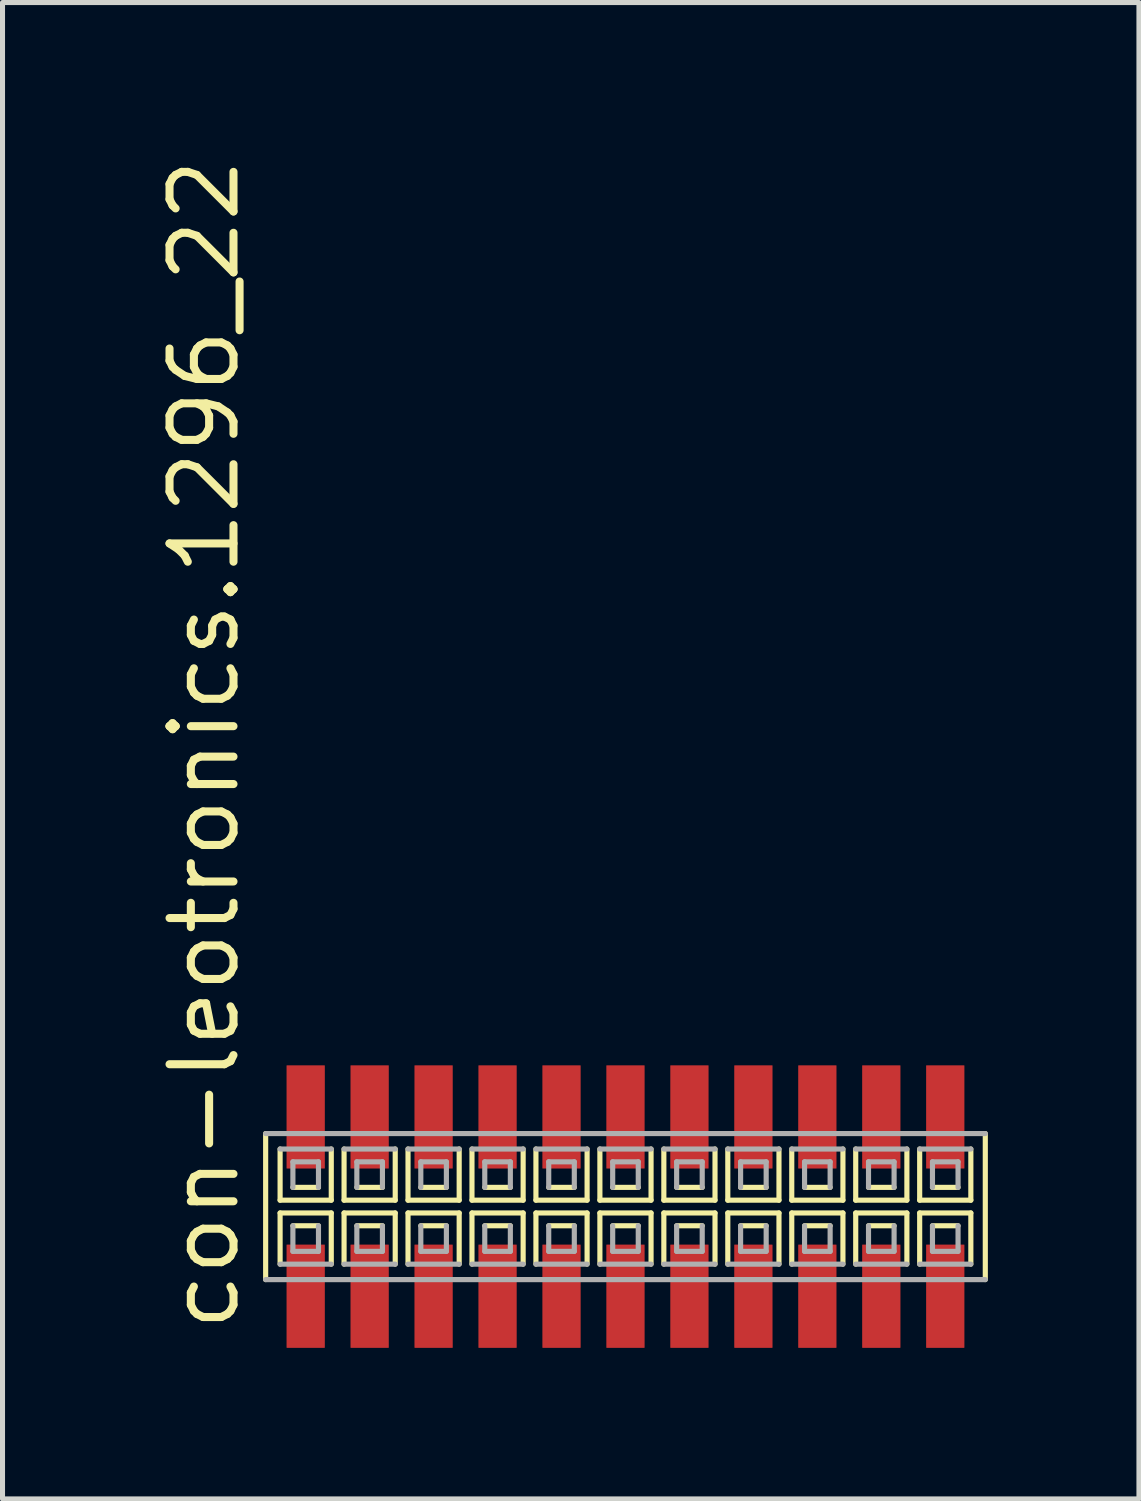
<source format=kicad_pcb>
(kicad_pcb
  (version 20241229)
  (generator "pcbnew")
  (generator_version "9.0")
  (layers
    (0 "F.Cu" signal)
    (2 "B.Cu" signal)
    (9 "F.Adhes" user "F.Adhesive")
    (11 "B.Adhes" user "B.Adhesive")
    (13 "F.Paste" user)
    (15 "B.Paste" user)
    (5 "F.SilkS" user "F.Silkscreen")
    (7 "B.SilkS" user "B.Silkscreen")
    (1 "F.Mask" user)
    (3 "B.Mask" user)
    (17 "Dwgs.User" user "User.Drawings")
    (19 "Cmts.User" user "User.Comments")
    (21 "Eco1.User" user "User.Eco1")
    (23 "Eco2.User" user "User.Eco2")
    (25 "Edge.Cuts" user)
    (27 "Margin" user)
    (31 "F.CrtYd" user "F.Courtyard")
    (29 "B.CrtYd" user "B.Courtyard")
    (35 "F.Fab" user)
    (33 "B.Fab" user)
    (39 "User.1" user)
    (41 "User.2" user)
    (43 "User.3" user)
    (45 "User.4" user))
  (footprint "con-leotronics.1296_22"
    (layer "F.Cu")
    (at 9.37 20.909)
    (property "Reference" "con-leotronics.1296_22" (at -7.62 2.54 90) (layer "F.SilkS") (effects (font (size 1.27 1.27) (thickness 0.16)) (justify left bottom)))
    (attr smd)
    (fp_line (start -7.145 -1.45) (end -7.145 1.45) (stroke (width 0.102) (type default)) (layer "F.SilkS"))
    (fp_line (start -6.858 -1.143) (end -6.858 -0.127) (stroke (width 0.102) (type default)) (layer "F.SilkS"))
    (fp_line (start -6.858 -0.127) (end -5.842 -0.127) (stroke (width 0.102) (type default)) (layer "F.SilkS"))
    (fp_line (start -6.858 0.127) (end -6.858 1.143) (stroke (width 0.102) (type default)) (layer "F.SilkS"))
    (fp_line (start -6.604 -0.381) (end -6.096 -0.381) (stroke (width 0.102) (type default)) (layer "F.SilkS"))
    (fp_line (start -6.096 0.381) (end -6.604 0.381) (stroke (width 0.102) (type default)) (layer "F.SilkS"))
    (fp_line (start -5.842 -0.127) (end -5.842 -1.143) (stroke (width 0.102) (type default)) (layer "F.SilkS"))
    (fp_line (start -5.842 0.127) (end -6.858 0.127) (stroke (width 0.102) (type default)) (layer "F.SilkS"))
    (fp_line (start -5.842 1.143) (end -5.842 0.127) (stroke (width 0.102) (type default)) (layer "F.SilkS"))
    (fp_line (start -5.588 -1.143) (end -5.588 -0.127) (stroke (width 0.102) (type default)) (layer "F.SilkS"))
    (fp_line (start -5.588 -0.127) (end -4.572 -0.127) (stroke (width 0.102) (type default)) (layer "F.SilkS"))
    (fp_line (start -5.588 0.127) (end -5.588 1.143) (stroke (width 0.102) (type default)) (layer "F.SilkS"))
    (fp_line (start -5.334 -0.381) (end -4.826 -0.381) (stroke (width 0.102) (type default)) (layer "F.SilkS"))
    (fp_line (start -4.826 0.381) (end -5.334 0.381) (stroke (width 0.102) (type default)) (layer "F.SilkS"))
    (fp_line (start -4.572 -0.127) (end -4.572 -1.143) (stroke (width 0.102) (type default)) (layer "F.SilkS"))
    (fp_line (start -4.572 0.127) (end -5.588 0.127) (stroke (width 0.102) (type default)) (layer "F.SilkS"))
    (fp_line (start -4.572 1.143) (end -4.572 0.127) (stroke (width 0.102) (type default)) (layer "F.SilkS"))
    (fp_line (start -4.318 -1.143) (end -4.318 -0.127) (stroke (width 0.102) (type default)) (layer "F.SilkS"))
    (fp_line (start -4.318 -0.127) (end -3.302 -0.127) (stroke (width 0.102) (type default)) (layer "F.SilkS"))
    (fp_line (start -4.318 0.127) (end -4.318 1.143) (stroke (width 0.102) (type default)) (layer "F.SilkS"))
    (fp_line (start -4.064 -0.381) (end -3.556 -0.381) (stroke (width 0.102) (type default)) (layer "F.SilkS"))
    (fp_line (start -3.556 0.381) (end -4.064 0.381) (stroke (width 0.102) (type default)) (layer "F.SilkS"))
    (fp_line (start -3.302 -0.127) (end -3.302 -1.143) (stroke (width 0.102) (type default)) (layer "F.SilkS"))
    (fp_line (start -3.302 0.127) (end -4.318 0.127) (stroke (width 0.102) (type default)) (layer "F.SilkS"))
    (fp_line (start -3.302 1.143) (end -3.302 0.127) (stroke (width 0.102) (type default)) (layer "F.SilkS"))
    (fp_line (start -3.048 -1.143) (end -3.048 -0.127) (stroke (width 0.102) (type default)) (layer "F.SilkS"))
    (fp_line (start -3.048 -0.127) (end -2.032 -0.127) (stroke (width 0.102) (type default)) (layer "F.SilkS"))
    (fp_line (start -3.048 0.127) (end -3.048 1.143) (stroke (width 0.102) (type default)) (layer "F.SilkS"))
    (fp_line (start -2.794 -0.381) (end -2.286 -0.381) (stroke (width 0.102) (type default)) (layer "F.SilkS"))
    (fp_line (start -2.286 0.381) (end -2.794 0.381) (stroke (width 0.102) (type default)) (layer "F.SilkS"))
    (fp_line (start -2.032 -0.127) (end -2.032 -1.143) (stroke (width 0.102) (type default)) (layer "F.SilkS"))
    (fp_line (start -2.032 0.127) (end -3.048 0.127) (stroke (width 0.102) (type default)) (layer "F.SilkS"))
    (fp_line (start -2.032 1.143) (end -2.032 0.127) (stroke (width 0.102) (type default)) (layer "F.SilkS"))
    (fp_line (start -1.778 -1.143) (end -1.778 -0.127) (stroke (width 0.102) (type default)) (layer "F.SilkS"))
    (fp_line (start -1.778 -0.127) (end -0.762 -0.127) (stroke (width 0.102) (type default)) (layer "F.SilkS"))
    (fp_line (start -1.778 0.127) (end -1.778 1.143) (stroke (width 0.102) (type default)) (layer "F.SilkS"))
    (fp_line (start -1.524 -0.381) (end -1.016 -0.381) (stroke (width 0.102) (type default)) (layer "F.SilkS"))
    (fp_line (start -1.016 0.381) (end -1.524 0.381) (stroke (width 0.102) (type default)) (layer "F.SilkS"))
    (fp_line (start -0.762 -0.127) (end -0.762 -1.143) (stroke (width 0.102) (type default)) (layer "F.SilkS"))
    (fp_line (start -0.762 0.127) (end -1.778 0.127) (stroke (width 0.102) (type default)) (layer "F.SilkS"))
    (fp_line (start -0.762 1.143) (end -0.762 0.127) (stroke (width 0.102) (type default)) (layer "F.SilkS"))
    (fp_line (start -0.508 -1.143) (end -0.508 -0.127) (stroke (width 0.102) (type default)) (layer "F.SilkS"))
    (fp_line (start -0.508 -0.127) (end 0.508 -0.127) (stroke (width 0.102) (type default)) (layer "F.SilkS"))
    (fp_line (start -0.508 0.127) (end -0.508 1.143) (stroke (width 0.102) (type default)) (layer "F.SilkS"))
    (fp_line (start -0.254 -0.381) (end 0.254 -0.381) (stroke (width 0.102) (type default)) (layer "F.SilkS"))
    (fp_line (start 0.254 0.381) (end -0.254 0.381) (stroke (width 0.102) (type default)) (layer "F.SilkS"))
    (fp_line (start 0.508 -0.127) (end 0.508 -1.143) (stroke (width 0.102) (type default)) (layer "F.SilkS"))
    (fp_line (start 0.508 0.127) (end -0.508 0.127) (stroke (width 0.102) (type default)) (layer "F.SilkS"))
    (fp_line (start 0.508 1.143) (end 0.508 0.127) (stroke (width 0.102) (type default)) (layer "F.SilkS"))
    (fp_line (start 0.762 -1.143) (end 0.762 -0.127) (stroke (width 0.102) (type default)) (layer "F.SilkS"))
    (fp_line (start 0.762 -0.127) (end 1.778 -0.127) (stroke (width 0.102) (type default)) (layer "F.SilkS"))
    (fp_line (start 0.762 0.127) (end 0.762 1.143) (stroke (width 0.102) (type default)) (layer "F.SilkS"))
    (fp_line (start 1.016 -0.381) (end 1.524 -0.381) (stroke (width 0.102) (type default)) (layer "F.SilkS"))
    (fp_line (start 1.524 0.381) (end 1.016 0.381) (stroke (width 0.102) (type default)) (layer "F.SilkS"))
    (fp_line (start 1.778 -0.127) (end 1.778 -1.143) (stroke (width 0.102) (type default)) (layer "F.SilkS"))
    (fp_line (start 1.778 0.127) (end 0.762 0.127) (stroke (width 0.102) (type default)) (layer "F.SilkS"))
    (fp_line (start 1.778 1.143) (end 1.778 0.127) (stroke (width 0.102) (type default)) (layer "F.SilkS"))
    (fp_line (start 2.032 -1.143) (end 2.032 -0.127) (stroke (width 0.102) (type default)) (layer "F.SilkS"))
    (fp_line (start 2.032 -0.127) (end 3.048 -0.127) (stroke (width 0.102) (type default)) (layer "F.SilkS"))
    (fp_line (start 2.032 0.127) (end 2.032 1.143) (stroke (width 0.102) (type default)) (layer "F.SilkS"))
    (fp_line (start 2.286 -0.381) (end 2.794 -0.381) (stroke (width 0.102) (type default)) (layer "F.SilkS"))
    (fp_line (start 2.794 0.381) (end 2.286 0.381) (stroke (width 0.102) (type default)) (layer "F.SilkS"))
    (fp_line (start 3.048 -0.127) (end 3.048 -1.143) (stroke (width 0.102) (type default)) (layer "F.SilkS"))
    (fp_line (start 3.048 0.127) (end 2.032 0.127) (stroke (width 0.102) (type default)) (layer "F.SilkS"))
    (fp_line (start 3.048 1.143) (end 3.048 0.127) (stroke (width 0.102) (type default)) (layer "F.SilkS"))
    (fp_line (start 3.302 -1.143) (end 3.302 -0.127) (stroke (width 0.102) (type default)) (layer "F.SilkS"))
    (fp_line (start 3.302 -0.127) (end 4.318 -0.127) (stroke (width 0.102) (type default)) (layer "F.SilkS"))
    (fp_line (start 3.302 0.127) (end 3.302 1.143) (stroke (width 0.102) (type default)) (layer "F.SilkS"))
    (fp_line (start 3.556 -0.381) (end 4.064 -0.381) (stroke (width 0.102) (type default)) (layer "F.SilkS"))
    (fp_line (start 4.064 0.381) (end 3.556 0.381) (stroke (width 0.102) (type default)) (layer "F.SilkS"))
    (fp_line (start 4.318 -0.127) (end 4.318 -1.143) (stroke (width 0.102) (type default)) (layer "F.SilkS"))
    (fp_line (start 4.318 0.127) (end 3.302 0.127) (stroke (width 0.102) (type default)) (layer "F.SilkS"))
    (fp_line (start 4.318 1.143) (end 4.318 0.127) (stroke (width 0.102) (type default)) (layer "F.SilkS"))
    (fp_line (start 4.572 -1.143) (end 4.572 -0.127) (stroke (width 0.102) (type default)) (layer "F.SilkS"))
    (fp_line (start 4.572 -0.127) (end 5.588 -0.127) (stroke (width 0.102) (type default)) (layer "F.SilkS"))
    (fp_line (start 4.572 0.127) (end 4.572 1.143) (stroke (width 0.102) (type default)) (layer "F.SilkS"))
    (fp_line (start 4.826 -0.381) (end 5.334 -0.381) (stroke (width 0.102) (type default)) (layer "F.SilkS"))
    (fp_line (start 5.334 0.381) (end 4.826 0.381) (stroke (width 0.102) (type default)) (layer "F.SilkS"))
    (fp_line (start 5.588 -0.127) (end 5.588 -1.143) (stroke (width 0.102) (type default)) (layer "F.SilkS"))
    (fp_line (start 5.588 0.127) (end 4.572 0.127) (stroke (width 0.102) (type default)) (layer "F.SilkS"))
    (fp_line (start 5.588 1.143) (end 5.588 0.127) (stroke (width 0.102) (type default)) (layer "F.SilkS"))
    (fp_line (start 5.842 -1.143) (end 5.842 -0.127) (stroke (width 0.102) (type default)) (layer "F.SilkS"))
    (fp_line (start 5.842 -0.127) (end 6.858 -0.127) (stroke (width 0.102) (type default)) (layer "F.SilkS"))
    (fp_line (start 5.842 0.127) (end 5.842 1.143) (stroke (width 0.102) (type default)) (layer "F.SilkS"))
    (fp_line (start 6.096 -0.381) (end 6.604 -0.381) (stroke (width 0.102) (type default)) (layer "F.SilkS"))
    (fp_line (start 6.604 0.381) (end 6.096 0.381) (stroke (width 0.102) (type default)) (layer "F.SilkS"))
    (fp_line (start 6.858 -0.127) (end 6.858 -1.143) (stroke (width 0.102) (type default)) (layer "F.SilkS"))
    (fp_line (start 6.858 0.127) (end 5.842 0.127) (stroke (width 0.102) (type default)) (layer "F.SilkS"))
    (fp_line (start 6.858 1.143) (end 6.858 0.127) (stroke (width 0.102) (type default)) (layer "F.SilkS"))
    (fp_line (start 7.145 1.45) (end 7.145 -1.45) (stroke (width 0.102) (type default)) (layer "F.SilkS"))
    (fp_line (start -7.145 1.45) (end 7.145 1.45) (stroke (width 0.102) (type default)) (layer "F.Fab"))
    (fp_line (start -6.858 1.143) (end -5.842 1.143) (stroke (width 0.102) (type default)) (layer "F.Fab"))
    (fp_line (start -6.604 -0.889) (end -6.604 -0.381) (stroke (width 0.102) (type default)) (layer "F.Fab"))
    (fp_line (start -6.604 0.381) (end -6.604 0.889) (stroke (width 0.102) (type default)) (layer "F.Fab"))
    (fp_line (start -6.604 0.889) (end -6.096 0.889) (stroke (width 0.102) (type default)) (layer "F.Fab"))
    (fp_line (start -6.096 -0.889) (end -6.604 -0.889) (stroke (width 0.102) (type default)) (layer "F.Fab"))
    (fp_line (start -6.096 -0.381) (end -6.096 -0.889) (stroke (width 0.102) (type default)) (layer "F.Fab"))
    (fp_line (start -6.096 0.889) (end -6.096 0.381) (stroke (width 0.102) (type default)) (layer "F.Fab"))
    (fp_line (start -5.842 -1.143) (end -6.858 -1.143) (stroke (width 0.102) (type default)) (layer "F.Fab"))
    (fp_line (start -5.588 1.143) (end -4.572 1.143) (stroke (width 0.102) (type default)) (layer "F.Fab"))
    (fp_line (start -5.334 -0.889) (end -5.334 -0.381) (stroke (width 0.102) (type default)) (layer "F.Fab"))
    (fp_line (start -5.334 0.381) (end -5.334 0.889) (stroke (width 0.102) (type default)) (layer "F.Fab"))
    (fp_line (start -5.334 0.889) (end -4.826 0.889) (stroke (width 0.102) (type default)) (layer "F.Fab"))
    (fp_line (start -4.826 -0.889) (end -5.334 -0.889) (stroke (width 0.102) (type default)) (layer "F.Fab"))
    (fp_line (start -4.826 -0.381) (end -4.826 -0.889) (stroke (width 0.102) (type default)) (layer "F.Fab"))
    (fp_line (start -4.826 0.889) (end -4.826 0.381) (stroke (width 0.102) (type default)) (layer "F.Fab"))
    (fp_line (start -4.572 -1.143) (end -5.588 -1.143) (stroke (width 0.102) (type default)) (layer "F.Fab"))
    (fp_line (start -4.318 1.143) (end -3.302 1.143) (stroke (width 0.102) (type default)) (layer "F.Fab"))
    (fp_line (start -4.064 -0.889) (end -4.064 -0.381) (stroke (width 0.102) (type default)) (layer "F.Fab"))
    (fp_line (start -4.064 0.381) (end -4.064 0.889) (stroke (width 0.102) (type default)) (layer "F.Fab"))
    (fp_line (start -4.064 0.889) (end -3.556 0.889) (stroke (width 0.102) (type default)) (layer "F.Fab"))
    (fp_line (start -3.556 -0.889) (end -4.064 -0.889) (stroke (width 0.102) (type default)) (layer "F.Fab"))
    (fp_line (start -3.556 -0.381) (end -3.556 -0.889) (stroke (width 0.102) (type default)) (layer "F.Fab"))
    (fp_line (start -3.556 0.889) (end -3.556 0.381) (stroke (width 0.102) (type default)) (layer "F.Fab"))
    (fp_line (start -3.302 -1.143) (end -4.318 -1.143) (stroke (width 0.102) (type default)) (layer "F.Fab"))
    (fp_line (start -3.048 1.143) (end -2.032 1.143) (stroke (width 0.102) (type default)) (layer "F.Fab"))
    (fp_line (start -2.794 -0.889) (end -2.794 -0.381) (stroke (width 0.102) (type default)) (layer "F.Fab"))
    (fp_line (start -2.794 0.381) (end -2.794 0.889) (stroke (width 0.102) (type default)) (layer "F.Fab"))
    (fp_line (start -2.794 0.889) (end -2.286 0.889) (stroke (width 0.102) (type default)) (layer "F.Fab"))
    (fp_line (start -2.286 -0.889) (end -2.794 -0.889) (stroke (width 0.102) (type default)) (layer "F.Fab"))
    (fp_line (start -2.286 -0.381) (end -2.286 -0.889) (stroke (width 0.102) (type default)) (layer "F.Fab"))
    (fp_line (start -2.286 0.889) (end -2.286 0.381) (stroke (width 0.102) (type default)) (layer "F.Fab"))
    (fp_line (start -2.032 -1.143) (end -3.048 -1.143) (stroke (width 0.102) (type default)) (layer "F.Fab"))
    (fp_line (start -1.778 1.143) (end -0.762 1.143) (stroke (width 0.102) (type default)) (layer "F.Fab"))
    (fp_line (start -1.524 -0.889) (end -1.524 -0.381) (stroke (width 0.102) (type default)) (layer "F.Fab"))
    (fp_line (start -1.524 0.381) (end -1.524 0.889) (stroke (width 0.102) (type default)) (layer "F.Fab"))
    (fp_line (start -1.524 0.889) (end -1.016 0.889) (stroke (width 0.102) (type default)) (layer "F.Fab"))
    (fp_line (start -1.016 -0.889) (end -1.524 -0.889) (stroke (width 0.102) (type default)) (layer "F.Fab"))
    (fp_line (start -1.016 -0.381) (end -1.016 -0.889) (stroke (width 0.102) (type default)) (layer "F.Fab"))
    (fp_line (start -1.016 0.889) (end -1.016 0.381) (stroke (width 0.102) (type default)) (layer "F.Fab"))
    (fp_line (start -0.762 -1.143) (end -1.778 -1.143) (stroke (width 0.102) (type default)) (layer "F.Fab"))
    (fp_line (start -0.508 1.143) (end 0.508 1.143) (stroke (width 0.102) (type default)) (layer "F.Fab"))
    (fp_line (start -0.254 -0.889) (end -0.254 -0.381) (stroke (width 0.102) (type default)) (layer "F.Fab"))
    (fp_line (start -0.254 0.381) (end -0.254 0.889) (stroke (width 0.102) (type default)) (layer "F.Fab"))
    (fp_line (start -0.254 0.889) (end 0.254 0.889) (stroke (width 0.102) (type default)) (layer "F.Fab"))
    (fp_line (start 0.254 -0.889) (end -0.254 -0.889) (stroke (width 0.102) (type default)) (layer "F.Fab"))
    (fp_line (start 0.254 -0.381) (end 0.254 -0.889) (stroke (width 0.102) (type default)) (layer "F.Fab"))
    (fp_line (start 0.254 0.889) (end 0.254 0.381) (stroke (width 0.102) (type default)) (layer "F.Fab"))
    (fp_line (start 0.508 -1.143) (end -0.508 -1.143) (stroke (width 0.102) (type default)) (layer "F.Fab"))
    (fp_line (start 0.762 1.143) (end 1.778 1.143) (stroke (width 0.102) (type default)) (layer "F.Fab"))
    (fp_line (start 1.016 -0.889) (end 1.016 -0.381) (stroke (width 0.102) (type default)) (layer "F.Fab"))
    (fp_line (start 1.016 0.381) (end 1.016 0.889) (stroke (width 0.102) (type default)) (layer "F.Fab"))
    (fp_line (start 1.016 0.889) (end 1.524 0.889) (stroke (width 0.102) (type default)) (layer "F.Fab"))
    (fp_line (start 1.524 -0.889) (end 1.016 -0.889) (stroke (width 0.102) (type default)) (layer "F.Fab"))
    (fp_line (start 1.524 -0.381) (end 1.524 -0.889) (stroke (width 0.102) (type default)) (layer "F.Fab"))
    (fp_line (start 1.524 0.889) (end 1.524 0.381) (stroke (width 0.102) (type default)) (layer "F.Fab"))
    (fp_line (start 1.778 -1.143) (end 0.762 -1.143) (stroke (width 0.102) (type default)) (layer "F.Fab"))
    (fp_line (start 2.032 1.143) (end 3.048 1.143) (stroke (width 0.102) (type default)) (layer "F.Fab"))
    (fp_line (start 2.286 -0.889) (end 2.286 -0.381) (stroke (width 0.102) (type default)) (layer "F.Fab"))
    (fp_line (start 2.286 0.381) (end 2.286 0.889) (stroke (width 0.102) (type default)) (layer "F.Fab"))
    (fp_line (start 2.286 0.889) (end 2.794 0.889) (stroke (width 0.102) (type default)) (layer "F.Fab"))
    (fp_line (start 2.794 -0.889) (end 2.286 -0.889) (stroke (width 0.102) (type default)) (layer "F.Fab"))
    (fp_line (start 2.794 -0.381) (end 2.794 -0.889) (stroke (width 0.102) (type default)) (layer "F.Fab"))
    (fp_line (start 2.794 0.889) (end 2.794 0.381) (stroke (width 0.102) (type default)) (layer "F.Fab"))
    (fp_line (start 3.048 -1.143) (end 2.032 -1.143) (stroke (width 0.102) (type default)) (layer "F.Fab"))
    (fp_line (start 3.302 1.143) (end 4.318 1.143) (stroke (width 0.102) (type default)) (layer "F.Fab"))
    (fp_line (start 3.556 -0.889) (end 3.556 -0.381) (stroke (width 0.102) (type default)) (layer "F.Fab"))
    (fp_line (start 3.556 0.381) (end 3.556 0.889) (stroke (width 0.102) (type default)) (layer "F.Fab"))
    (fp_line (start 3.556 0.889) (end 4.064 0.889) (stroke (width 0.102) (type default)) (layer "F.Fab"))
    (fp_line (start 4.064 -0.889) (end 3.556 -0.889) (stroke (width 0.102) (type default)) (layer "F.Fab"))
    (fp_line (start 4.064 -0.381) (end 4.064 -0.889) (stroke (width 0.102) (type default)) (layer "F.Fab"))
    (fp_line (start 4.064 0.889) (end 4.064 0.381) (stroke (width 0.102) (type default)) (layer "F.Fab"))
    (fp_line (start 4.318 -1.143) (end 3.302 -1.143) (stroke (width 0.102) (type default)) (layer "F.Fab"))
    (fp_line (start 4.572 1.143) (end 5.588 1.143) (stroke (width 0.102) (type default)) (layer "F.Fab"))
    (fp_line (start 4.826 -0.889) (end 4.826 -0.381) (stroke (width 0.102) (type default)) (layer "F.Fab"))
    (fp_line (start 4.826 0.381) (end 4.826 0.889) (stroke (width 0.102) (type default)) (layer "F.Fab"))
    (fp_line (start 4.826 0.889) (end 5.334 0.889) (stroke (width 0.102) (type default)) (layer "F.Fab"))
    (fp_line (start 5.334 -0.889) (end 4.826 -0.889) (stroke (width 0.102) (type default)) (layer "F.Fab"))
    (fp_line (start 5.334 -0.381) (end 5.334 -0.889) (stroke (width 0.102) (type default)) (layer "F.Fab"))
    (fp_line (start 5.334 0.889) (end 5.334 0.381) (stroke (width 0.102) (type default)) (layer "F.Fab"))
    (fp_line (start 5.588 -1.143) (end 4.572 -1.143) (stroke (width 0.102) (type default)) (layer "F.Fab"))
    (fp_line (start 5.842 1.143) (end 6.858 1.143) (stroke (width 0.102) (type default)) (layer "F.Fab"))
    (fp_line (start 6.096 -0.889) (end 6.096 -0.381) (stroke (width 0.102) (type default)) (layer "F.Fab"))
    (fp_line (start 6.096 0.381) (end 6.096 0.889) (stroke (width 0.102) (type default)) (layer "F.Fab"))
    (fp_line (start 6.096 0.889) (end 6.604 0.889) (stroke (width 0.102) (type default)) (layer "F.Fab"))
    (fp_line (start 6.604 -0.889) (end 6.096 -0.889) (stroke (width 0.102) (type default)) (layer "F.Fab"))
    (fp_line (start 6.604 -0.381) (end 6.604 -0.889) (stroke (width 0.102) (type default)) (layer "F.Fab"))
    (fp_line (start 6.604 0.889) (end 6.604 0.381) (stroke (width 0.102) (type default)) (layer "F.Fab"))
    (fp_line (start 6.858 -1.143) (end 5.842 -1.143) (stroke (width 0.102) (type default)) (layer "F.Fab"))
    (fp_line (start 7.145 -1.45) (end -7.145 -1.45) (stroke (width 0.102) (type default)) (layer "F.Fab"))
    (pad "1" smd roundrect (at -6.35 1.78) (size 0.76 2.05) (layers "F.Cu" "F.Mask" "F.Paste") (roundrect_rratio 0.01))
    (pad "2" smd roundrect (at -6.35 -1.78) (size 0.76 2.05) (layers "F.Cu" "F.Mask" "F.Paste") (roundrect_rratio 0.01))
    (pad "3" smd roundrect (at -5.08 1.78) (size 0.76 2.05) (layers "F.Cu" "F.Mask" "F.Paste") (roundrect_rratio 0.01))
    (pad "4" smd roundrect (at -5.08 -1.78) (size 0.76 2.05) (layers "F.Cu" "F.Mask" "F.Paste") (roundrect_rratio 0.01))
    (pad "5" smd roundrect (at -3.81 1.78) (size 0.76 2.05) (layers "F.Cu" "F.Mask" "F.Paste") (roundrect_rratio 0.01))
    (pad "6" smd roundrect (at -3.81 -1.78) (size 0.76 2.05) (layers "F.Cu" "F.Mask" "F.Paste") (roundrect_rratio 0.01))
    (pad "7" smd roundrect (at -2.54 1.78) (size 0.76 2.05) (layers "F.Cu" "F.Mask" "F.Paste") (roundrect_rratio 0.01))
    (pad "8" smd roundrect (at -2.54 -1.78) (size 0.76 2.05) (layers "F.Cu" "F.Mask" "F.Paste") (roundrect_rratio 0.01))
    (pad "9" smd roundrect (at -1.27 1.78) (size 0.76 2.05) (layers "F.Cu" "F.Mask" "F.Paste") (roundrect_rratio 0.01))
    (pad "10" smd roundrect (at -1.27 -1.78) (size 0.76 2.05) (layers "F.Cu" "F.Mask" "F.Paste") (roundrect_rratio 0.01))
    (pad "11" smd roundrect (at 0 1.78) (size 0.76 2.05) (layers "F.Cu" "F.Mask" "F.Paste") (roundrect_rratio 0.01))
    (pad "12" smd roundrect (at 0 -1.78) (size 0.76 2.05) (layers "F.Cu" "F.Mask" "F.Paste") (roundrect_rratio 0.01))
    (pad "13" smd roundrect (at 1.27 1.78) (size 0.76 2.05) (layers "F.Cu" "F.Mask" "F.Paste") (roundrect_rratio 0.01))
    (pad "14" smd roundrect (at 1.27 -1.78) (size 0.76 2.05) (layers "F.Cu" "F.Mask" "F.Paste") (roundrect_rratio 0.01))
    (pad "15" smd roundrect (at 2.54 1.78) (size 0.76 2.05) (layers "F.Cu" "F.Mask" "F.Paste") (roundrect_rratio 0.01))
    (pad "16" smd roundrect (at 2.54 -1.78) (size 0.76 2.05) (layers "F.Cu" "F.Mask" "F.Paste") (roundrect_rratio 0.01))
    (pad "17" smd roundrect (at 3.81 1.78) (size 0.76 2.05) (layers "F.Cu" "F.Mask" "F.Paste") (roundrect_rratio 0.01))
    (pad "18" smd roundrect (at 3.81 -1.78) (size 0.76 2.05) (layers "F.Cu" "F.Mask" "F.Paste") (roundrect_rratio 0.01))
    (pad "19" smd roundrect (at 5.08 1.78) (size 0.76 2.05) (layers "F.Cu" "F.Mask" "F.Paste") (roundrect_rratio 0.01))
    (pad "20" smd roundrect (at 5.08 -1.78) (size 0.76 2.05) (layers "F.Cu" "F.Mask" "F.Paste") (roundrect_rratio 0.01))
    (pad "21" smd roundrect (at 6.35 1.78) (size 0.76 2.05) (layers "F.Cu" "F.Mask" "F.Paste") (roundrect_rratio 0.01))
    (pad "22" smd roundrect (at 6.35 -1.78) (size 0.76 2.05) (layers "F.Cu" "F.Mask" "F.Paste") (roundrect_rratio 0.01)))
  (gr_rect
    (start -3 -3)
    (end 19.566 26.714)
    (stroke (width 0.1) (type default))
    (fill no)
    (layer "Edge.Cuts")))
</source>
